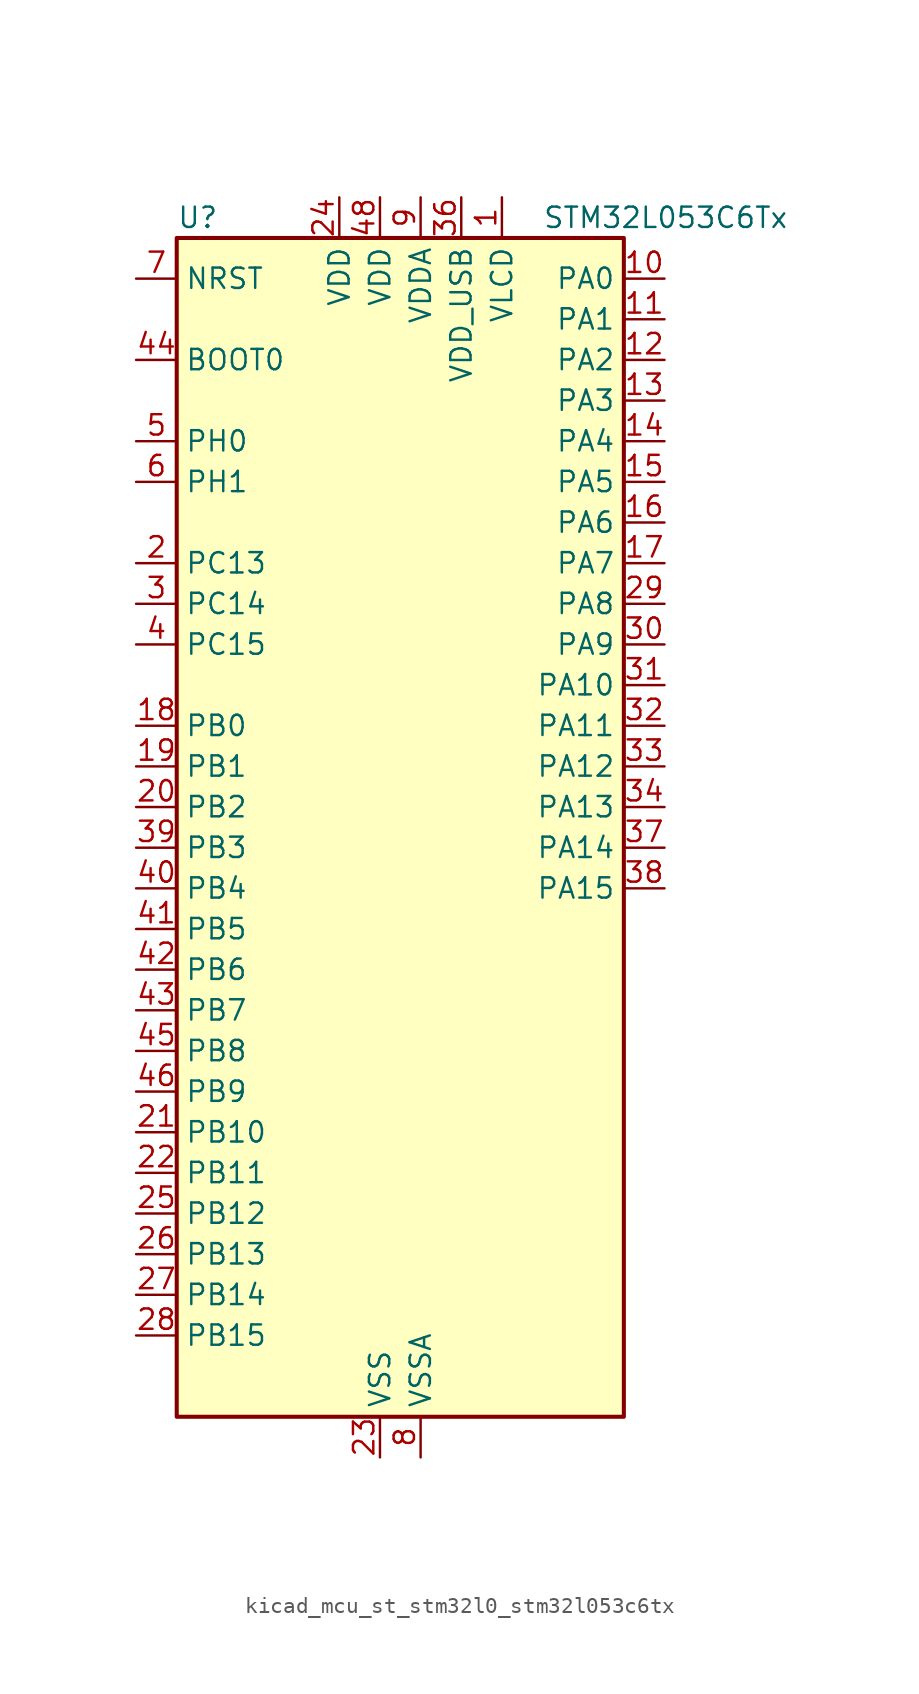
<source format=kicad_sym>
(kicad_symbol_lib
  (version 20220914)
  (generator kicad_symbol_editor)
  (symbol "kicad_mcu_st_stm32l0_stm32l053c6tx"
    (property "Reference" "U"
      (at -12.7 39.37 0)
      (effects (font (size 1.27 1.27)) (justify left)))
    (property "Value" "STM32L053C6Tx"
      (at 10.16 39.37 0)
      (effects (font (size 1.27 1.27)) (justify left)))
    (property "ki_locked" ""
      (at 0 0 0)
      (effects (font (size 1.27 1.27))))
    (symbol "kicad_mcu_st_stm32l0_stm32l053c6tx_0_1"
      (rectangle (start -12.7 -35.56) (end 15.24 38.1) (stroke (width 0.254) (type default)) (fill (type background))))
    (symbol "kicad_mcu_st_stm32l0_stm32l053c6tx_1_1"
      (pin power_in line (at 7.62 40.64 270) (length 2.54) (name "VLCD" (effects (font (size 1.27 1.27)))) (number "1" (effects (font (size 1.27 1.27)))))
      (pin bidirectional line (at 17.78 35.56 180) (length 2.54) (name "PA0" (effects (font (size 1.27 1.27)))) (number "10" (effects (font (size 1.27 1.27)))) (alternate "ADC_IN0" bidirectional line) (alternate "COMP1_INM" bidirectional line) (alternate "COMP1_OUT" bidirectional line) (alternate "RTC_TAMP2" bidirectional line) (alternate "SYS_WKUP1" bidirectional line) (alternate "TIM2_CH1" bidirectional line) (alternate "TIM2_ETR" bidirectional line) (alternate "TSC_G1_IO1" bidirectional line) (alternate "USART2_CTS" bidirectional line))
      (pin bidirectional line (at 17.78 33.02 180) (length 2.54) (name "PA1" (effects (font (size 1.27 1.27)))) (number "11" (effects (font (size 1.27 1.27)))) (alternate "ADC_IN1" bidirectional line) (alternate "COMP1_INP" bidirectional line) (alternate "LCD_SEG0" bidirectional line) (alternate "TIM21_ETR" bidirectional line) (alternate "TIM2_CH2" bidirectional line) (alternate "TSC_G1_IO2" bidirectional line) (alternate "USART2_DE" bidirectional line) (alternate "USART2_RTS" bidirectional line))
      (pin bidirectional line (at 17.78 30.48 180) (length 2.54) (name "PA2" (effects (font (size 1.27 1.27)))) (number "12" (effects (font (size 1.27 1.27)))) (alternate "ADC_IN2" bidirectional line) (alternate "COMP2_INM" bidirectional line) (alternate "COMP2_OUT" bidirectional line) (alternate "LCD_SEG1" bidirectional line) (alternate "TIM21_CH1" bidirectional line) (alternate "TIM2_CH3" bidirectional line) (alternate "TSC_G1_IO3" bidirectional line) (alternate "USART2_TX" bidirectional line))
      (pin bidirectional line (at 17.78 27.94 180) (length 2.54) (name "PA3" (effects (font (size 1.27 1.27)))) (number "13" (effects (font (size 1.27 1.27)))) (alternate "ADC_IN3" bidirectional line) (alternate "COMP2_INP" bidirectional line) (alternate "LCD_SEG2" bidirectional line) (alternate "TIM21_CH2" bidirectional line) (alternate "TIM2_CH4" bidirectional line) (alternate "TSC_G1_IO4" bidirectional line) (alternate "USART2_RX" bidirectional line))
      (pin bidirectional line (at 17.78 25.4 180) (length 2.54) (name "PA4" (effects (font (size 1.27 1.27)))) (number "14" (effects (font (size 1.27 1.27)))) (alternate "ADC_IN4" bidirectional line) (alternate "COMP1_INM" bidirectional line) (alternate "COMP2_INM" bidirectional line) (alternate "DAC_OUT1" bidirectional line) (alternate "SPI1_NSS" bidirectional line) (alternate "TIM22_ETR" bidirectional line) (alternate "TSC_G2_IO1" bidirectional line) (alternate "USART2_CK" bidirectional line))
      (pin bidirectional line (at 17.78 22.86 180) (length 2.54) (name "PA5" (effects (font (size 1.27 1.27)))) (number "15" (effects (font (size 1.27 1.27)))) (alternate "ADC_IN5" bidirectional line) (alternate "COMP1_INM" bidirectional line) (alternate "COMP2_INM" bidirectional line) (alternate "SPI1_SCK" bidirectional line) (alternate "TIM2_CH1" bidirectional line) (alternate "TIM2_ETR" bidirectional line) (alternate "TSC_G2_IO2" bidirectional line))
      (pin bidirectional line (at 17.78 20.32 180) (length 2.54) (name "PA6" (effects (font (size 1.27 1.27)))) (number "16" (effects (font (size 1.27 1.27)))) (alternate "ADC_IN6" bidirectional line) (alternate "COMP1_OUT" bidirectional line) (alternate "LCD_SEG3" bidirectional line) (alternate "LPUART1_CTS" bidirectional line) (alternate "SPI1_MISO" bidirectional line) (alternate "TIM22_CH1" bidirectional line) (alternate "TSC_G2_IO3" bidirectional line))
      (pin bidirectional line (at 17.78 17.78 180) (length 2.54) (name "PA7" (effects (font (size 1.27 1.27)))) (number "17" (effects (font (size 1.27 1.27)))) (alternate "ADC_IN7" bidirectional line) (alternate "COMP2_OUT" bidirectional line) (alternate "LCD_SEG4" bidirectional line) (alternate "SPI1_MOSI" bidirectional line) (alternate "TIM22_CH2" bidirectional line) (alternate "TSC_G2_IO4" bidirectional line))
      (pin bidirectional line (at -15.24 7.62 0) (length 2.54) (name "PB0" (effects (font (size 1.27 1.27)))) (number "18" (effects (font (size 1.27 1.27)))) (alternate "ADC_IN8" bidirectional line) (alternate "LCD_SEG5" bidirectional line) (alternate "LCD_VLCD3" bidirectional line) (alternate "SYS_VREF_OUT_PB0" bidirectional line) (alternate "TSC_G3_IO2" bidirectional line))
      (pin bidirectional line (at -15.24 5.08 0) (length 2.54) (name "PB1" (effects (font (size 1.27 1.27)))) (number "19" (effects (font (size 1.27 1.27)))) (alternate "ADC_IN9" bidirectional line) (alternate "LCD_SEG6" bidirectional line) (alternate "LPUART1_DE" bidirectional line) (alternate "LPUART1_RTS" bidirectional line) (alternate "SYS_VREF_OUT_PB1" bidirectional line) (alternate "TSC_G3_IO3" bidirectional line))
      (pin bidirectional line (at -15.24 17.78 0) (length 2.54) (name "PC13" (effects (font (size 1.27 1.27)))) (number "2" (effects (font (size 1.27 1.27)))) (alternate "RTC_OUT_ALARM" bidirectional line) (alternate "RTC_OUT_CALIB" bidirectional line) (alternate "RTC_TAMP1" bidirectional line) (alternate "RTC_TS" bidirectional line) (alternate "SYS_WKUP2" bidirectional line))
      (pin bidirectional line (at -15.24 2.54 0) (length 2.54) (name "PB2" (effects (font (size 1.27 1.27)))) (number "20" (effects (font (size 1.27 1.27)))) (alternate "LCD_VLCD1" bidirectional line) (alternate "LPTIM1_OUT" bidirectional line) (alternate "TSC_G3_IO4" bidirectional line))
      (pin bidirectional line (at -15.24 -17.78 0) (length 2.54) (name "PB10" (effects (font (size 1.27 1.27)))) (number "21" (effects (font (size 1.27 1.27)))) (alternate "I2C2_SCL" bidirectional line) (alternate "LCD_SEG10" bidirectional line) (alternate "LPUART1_TX" bidirectional line) (alternate "SPI2_SCK" bidirectional line) (alternate "TIM2_CH3" bidirectional line) (alternate "TSC_SYNC" bidirectional line))
      (pin bidirectional line (at -15.24 -20.32 0) (length 2.54) (name "PB11" (effects (font (size 1.27 1.27)))) (number "22" (effects (font (size 1.27 1.27)))) (alternate "ADC_EXTI11" bidirectional line) (alternate "I2C2_SDA" bidirectional line) (alternate "LCD_SEG11" bidirectional line) (alternate "LPUART1_RX" bidirectional line) (alternate "TIM2_CH4" bidirectional line) (alternate "TSC_G6_IO1" bidirectional line))
      (pin power_in line (at 0 -38.1 90) (length 2.54) (name "VSS" (effects (font (size 1.27 1.27)))) (number "23" (effects (font (size 1.27 1.27)))))
      (pin power_in line (at -2.54 40.64 270) (length 2.54) (name "VDD" (effects (font (size 1.27 1.27)))) (number "24" (effects (font (size 1.27 1.27)))))
      (pin bidirectional line (at -15.24 -22.86 0) (length 2.54) (name "PB12" (effects (font (size 1.27 1.27)))) (number "25" (effects (font (size 1.27 1.27)))) (alternate "I2S2_WS" bidirectional line) (alternate "LCD_SEG12" bidirectional line) (alternate "LCD_VLCD2" bidirectional line) (alternate "LPUART1_DE" bidirectional line) (alternate "LPUART1_RTS" bidirectional line) (alternate "SPI2_NSS" bidirectional line) (alternate "TSC_G6_IO2" bidirectional line))
      (pin bidirectional line (at -15.24 -25.4 0) (length 2.54) (name "PB13" (effects (font (size 1.27 1.27)))) (number "26" (effects (font (size 1.27 1.27)))) (alternate "I2C2_SCL" bidirectional line) (alternate "I2S2_CK" bidirectional line) (alternate "LCD_SEG13" bidirectional line) (alternate "LPUART1_CTS" bidirectional line) (alternate "SPI2_SCK" bidirectional line) (alternate "TIM21_CH1" bidirectional line) (alternate "TSC_G6_IO3" bidirectional line))
      (pin bidirectional line (at -15.24 -27.94 0) (length 2.54) (name "PB14" (effects (font (size 1.27 1.27)))) (number "27" (effects (font (size 1.27 1.27)))) (alternate "I2C2_SDA" bidirectional line) (alternate "I2S2_MCK" bidirectional line) (alternate "LCD_SEG14" bidirectional line) (alternate "LPUART1_DE" bidirectional line) (alternate "LPUART1_RTS" bidirectional line) (alternate "RTC_OUT_ALARM" bidirectional line) (alternate "RTC_OUT_CALIB" bidirectional line) (alternate "SPI2_MISO" bidirectional line) (alternate "TIM21_CH2" bidirectional line) (alternate "TSC_G6_IO4" bidirectional line))
      (pin bidirectional line (at -15.24 -30.48 0) (length 2.54) (name "PB15" (effects (font (size 1.27 1.27)))) (number "28" (effects (font (size 1.27 1.27)))) (alternate "I2S2_SD" bidirectional line) (alternate "LCD_SEG15" bidirectional line) (alternate "RTC_REFIN" bidirectional line) (alternate "SPI2_MOSI" bidirectional line))
      (pin bidirectional line (at 17.78 15.24 180) (length 2.54) (name "PA8" (effects (font (size 1.27 1.27)))) (number "29" (effects (font (size 1.27 1.27)))) (alternate "CRS_SYNC" bidirectional line) (alternate "LCD_COM0" bidirectional line) (alternate "RCC_MCO" bidirectional line) (alternate "USART1_CK" bidirectional line))
      (pin bidirectional line (at -15.24 15.24 0) (length 2.54) (name "PC14" (effects (font (size 1.27 1.27)))) (number "3" (effects (font (size 1.27 1.27)))) (alternate "RCC_OSC32_IN" bidirectional line))
      (pin bidirectional line (at 17.78 12.7 180) (length 2.54) (name "PA9" (effects (font (size 1.27 1.27)))) (number "30" (effects (font (size 1.27 1.27)))) (alternate "DAC_EXTI9" bidirectional line) (alternate "LCD_COM1" bidirectional line) (alternate "RCC_MCO" bidirectional line) (alternate "TSC_G4_IO1" bidirectional line) (alternate "USART1_TX" bidirectional line))
      (pin bidirectional line (at 17.78 10.16 180) (length 2.54) (name "PA10" (effects (font (size 1.27 1.27)))) (number "31" (effects (font (size 1.27 1.27)))) (alternate "LCD_COM2" bidirectional line) (alternate "TSC_G4_IO2" bidirectional line) (alternate "USART1_RX" bidirectional line))
      (pin bidirectional line (at 17.78 7.62 180) (length 2.54) (name "PA11" (effects (font (size 1.27 1.27)))) (number "32" (effects (font (size 1.27 1.27)))) (alternate "ADC_EXTI11" bidirectional line) (alternate "COMP1_OUT" bidirectional line) (alternate "SPI1_MISO" bidirectional line) (alternate "TSC_G4_IO3" bidirectional line) (alternate "USART1_CTS" bidirectional line) (alternate "USB_DM" bidirectional line))
      (pin bidirectional line (at 17.78 5.08 180) (length 2.54) (name "PA12" (effects (font (size 1.27 1.27)))) (number "33" (effects (font (size 1.27 1.27)))) (alternate "COMP2_OUT" bidirectional line) (alternate "SPI1_MOSI" bidirectional line) (alternate "TSC_G4_IO4" bidirectional line) (alternate "USART1_DE" bidirectional line) (alternate "USART1_RTS" bidirectional line) (alternate "USB_DP" bidirectional line))
      (pin bidirectional line (at 17.78 2.54 180) (length 2.54) (name "PA13" (effects (font (size 1.27 1.27)))) (number "34" (effects (font (size 1.27 1.27)))) (alternate "SYS_SWDIO" bidirectional line) (alternate "USB_NOE" bidirectional line))
      (pin passive line (at 0 -38.1 90) (length 2.54) hide (name "VSS" (effects (font (size 1.27 1.27)))) (number "35" (effects (font (size 1.27 1.27)))))
      (pin power_in line (at 5.08 40.64 270) (length 2.54) (name "VDD_USB" (effects (font (size 1.27 1.27)))) (number "36" (effects (font (size 1.27 1.27)))))
      (pin bidirectional line (at 17.78 0 180) (length 2.54) (name "PA14" (effects (font (size 1.27 1.27)))) (number "37" (effects (font (size 1.27 1.27)))) (alternate "SYS_SWCLK" bidirectional line) (alternate "USART2_TX" bidirectional line))
      (pin bidirectional line (at 17.78 -2.54 180) (length 2.54) (name "PA15" (effects (font (size 1.27 1.27)))) (number "38" (effects (font (size 1.27 1.27)))) (alternate "LCD_SEG17" bidirectional line) (alternate "SPI1_NSS" bidirectional line) (alternate "TIM2_CH1" bidirectional line) (alternate "TIM2_ETR" bidirectional line) (alternate "USART2_RX" bidirectional line))
      (pin bidirectional line (at -15.24 0 0) (length 2.54) (name "PB3" (effects (font (size 1.27 1.27)))) (number "39" (effects (font (size 1.27 1.27)))) (alternate "COMP2_INM" bidirectional line) (alternate "LCD_SEG7" bidirectional line) (alternate "SPI1_SCK" bidirectional line) (alternate "TIM2_CH2" bidirectional line) (alternate "TSC_G5_IO1" bidirectional line))
      (pin bidirectional line (at -15.24 12.7 0) (length 2.54) (name "PC15" (effects (font (size 1.27 1.27)))) (number "4" (effects (font (size 1.27 1.27)))) (alternate "RCC_OSC32_OUT" bidirectional line))
      (pin bidirectional line (at -15.24 -2.54 0) (length 2.54) (name "PB4" (effects (font (size 1.27 1.27)))) (number "40" (effects (font (size 1.27 1.27)))) (alternate "COMP2_INP" bidirectional line) (alternate "LCD_SEG8" bidirectional line) (alternate "SPI1_MISO" bidirectional line) (alternate "TIM22_CH1" bidirectional line) (alternate "TSC_G5_IO2" bidirectional line))
      (pin bidirectional line (at -15.24 -5.08 0) (length 2.54) (name "PB5" (effects (font (size 1.27 1.27)))) (number "41" (effects (font (size 1.27 1.27)))) (alternate "COMP2_INP" bidirectional line) (alternate "I2C1_SMBA" bidirectional line) (alternate "LCD_SEG9" bidirectional line) (alternate "LPTIM1_IN1" bidirectional line) (alternate "SPI1_MOSI" bidirectional line) (alternate "TIM22_CH2" bidirectional line))
      (pin bidirectional line (at -15.24 -7.62 0) (length 2.54) (name "PB6" (effects (font (size 1.27 1.27)))) (number "42" (effects (font (size 1.27 1.27)))) (alternate "COMP2_INP" bidirectional line) (alternate "I2C1_SCL" bidirectional line) (alternate "LPTIM1_ETR" bidirectional line) (alternate "TSC_G5_IO3" bidirectional line) (alternate "USART1_TX" bidirectional line))
      (pin bidirectional line (at -15.24 -10.16 0) (length 2.54) (name "PB7" (effects (font (size 1.27 1.27)))) (number "43" (effects (font (size 1.27 1.27)))) (alternate "COMP2_INP" bidirectional line) (alternate "I2C1_SDA" bidirectional line) (alternate "LPTIM1_IN2" bidirectional line) (alternate "SYS_PVD_IN" bidirectional line) (alternate "TSC_G5_IO4" bidirectional line) (alternate "USART1_RX" bidirectional line))
      (pin input line (at -15.24 30.48 0) (length 2.54) (name "BOOT0" (effects (font (size 1.27 1.27)))) (number "44" (effects (font (size 1.27 1.27)))))
      (pin bidirectional line (at -15.24 -12.7 0) (length 2.54) (name "PB8" (effects (font (size 1.27 1.27)))) (number "45" (effects (font (size 1.27 1.27)))) (alternate "I2C1_SCL" bidirectional line) (alternate "LCD_SEG16" bidirectional line) (alternate "TSC_SYNC" bidirectional line))
      (pin bidirectional line (at -15.24 -15.24 0) (length 2.54) (name "PB9" (effects (font (size 1.27 1.27)))) (number "46" (effects (font (size 1.27 1.27)))) (alternate "DAC_EXTI9" bidirectional line) (alternate "I2C1_SDA" bidirectional line) (alternate "I2S2_WS" bidirectional line) (alternate "LCD_COM3" bidirectional line) (alternate "SPI2_NSS" bidirectional line))
      (pin passive line (at 0 -38.1 90) (length 2.54) hide (name "VSS" (effects (font (size 1.27 1.27)))) (number "47" (effects (font (size 1.27 1.27)))))
      (pin power_in line (at 0 40.64 270) (length 2.54) (name "VDD" (effects (font (size 1.27 1.27)))) (number "48" (effects (font (size 1.27 1.27)))))
      (pin bidirectional line (at -15.24 25.4 0) (length 2.54) (name "PH0" (effects (font (size 1.27 1.27)))) (number "5" (effects (font (size 1.27 1.27)))) (alternate "CRS_SYNC" bidirectional line) (alternate "RCC_OSC_IN" bidirectional line))
      (pin bidirectional line (at -15.24 22.86 0) (length 2.54) (name "PH1" (effects (font (size 1.27 1.27)))) (number "6" (effects (font (size 1.27 1.27)))) (alternate "RCC_OSC_OUT" bidirectional line))
      (pin input line (at -15.24 35.56 0) (length 2.54) (name "NRST" (effects (font (size 1.27 1.27)))) (number "7" (effects (font (size 1.27 1.27)))))
      (pin power_in line (at 2.54 -38.1 90) (length 2.54) (name "VSSA" (effects (font (size 1.27 1.27)))) (number "8" (effects (font (size 1.27 1.27)))))
      (pin power_in line (at 2.54 40.64 270) (length 2.54) (name "VDDA" (effects (font (size 1.27 1.27)))) (number "9" (effects (font (size 1.27 1.27))))))))
</source>
